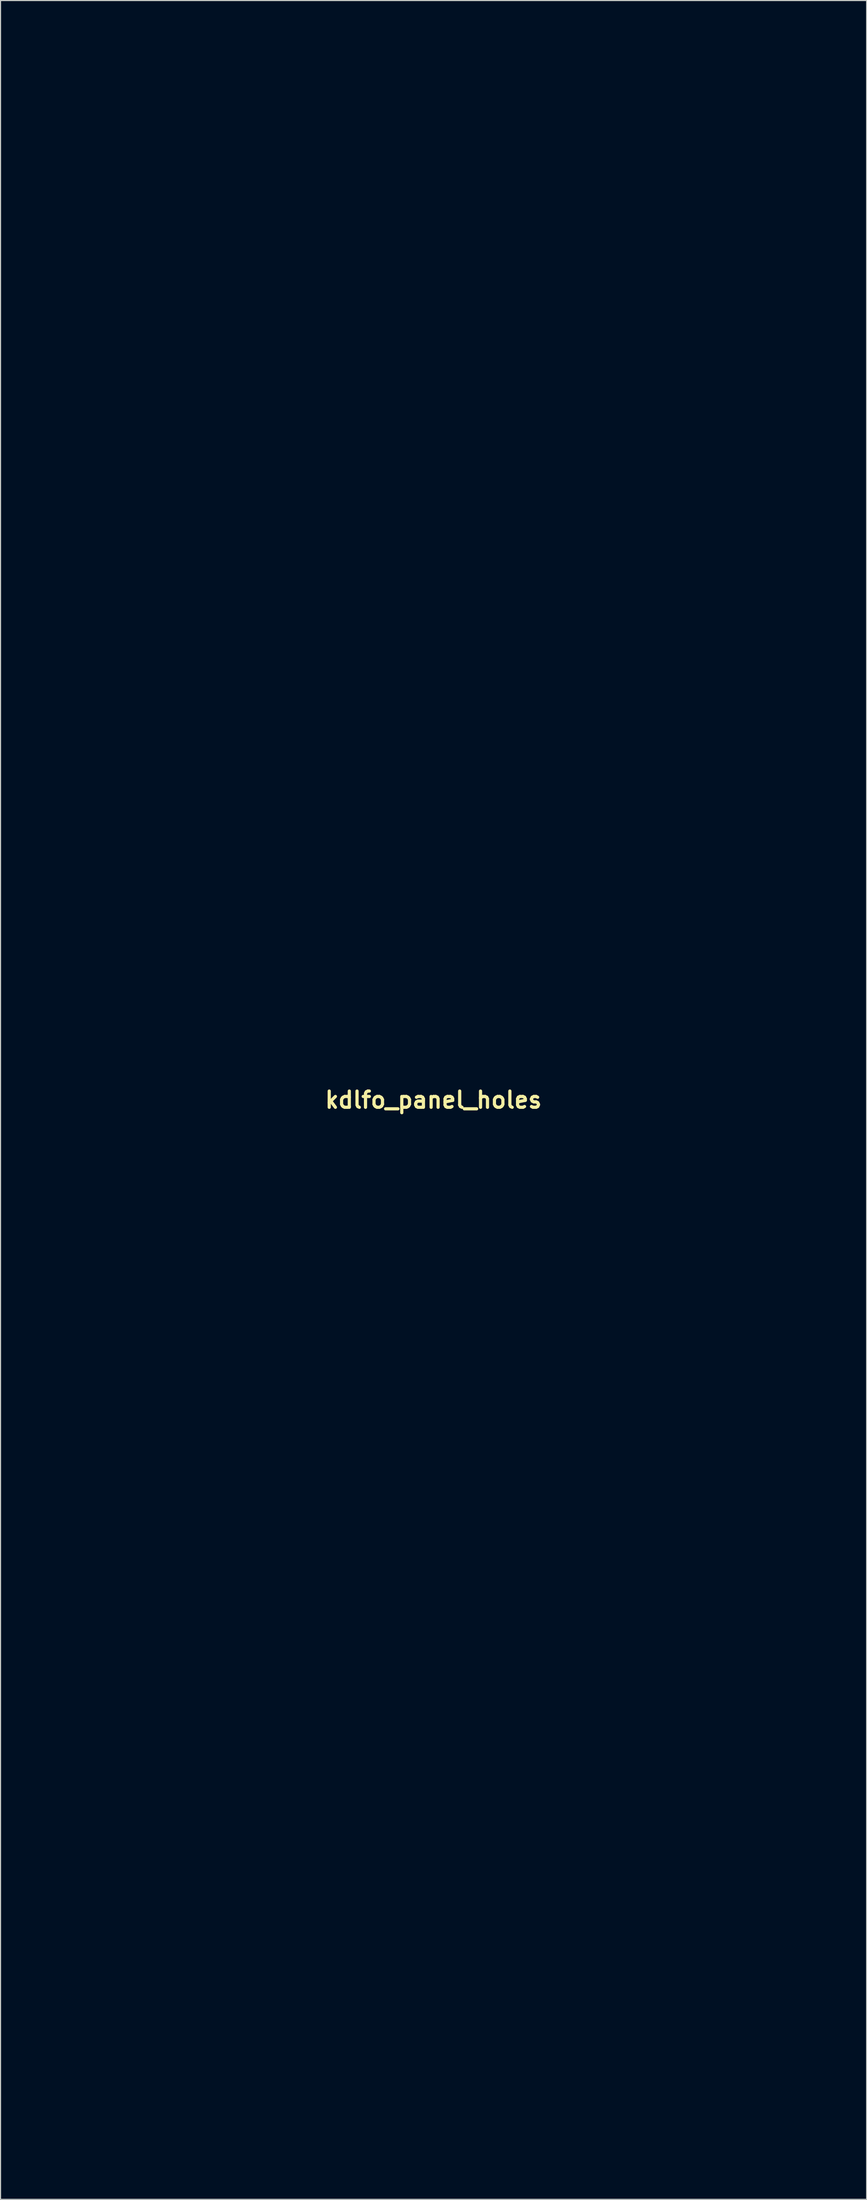
<source format=kicad_pcb>
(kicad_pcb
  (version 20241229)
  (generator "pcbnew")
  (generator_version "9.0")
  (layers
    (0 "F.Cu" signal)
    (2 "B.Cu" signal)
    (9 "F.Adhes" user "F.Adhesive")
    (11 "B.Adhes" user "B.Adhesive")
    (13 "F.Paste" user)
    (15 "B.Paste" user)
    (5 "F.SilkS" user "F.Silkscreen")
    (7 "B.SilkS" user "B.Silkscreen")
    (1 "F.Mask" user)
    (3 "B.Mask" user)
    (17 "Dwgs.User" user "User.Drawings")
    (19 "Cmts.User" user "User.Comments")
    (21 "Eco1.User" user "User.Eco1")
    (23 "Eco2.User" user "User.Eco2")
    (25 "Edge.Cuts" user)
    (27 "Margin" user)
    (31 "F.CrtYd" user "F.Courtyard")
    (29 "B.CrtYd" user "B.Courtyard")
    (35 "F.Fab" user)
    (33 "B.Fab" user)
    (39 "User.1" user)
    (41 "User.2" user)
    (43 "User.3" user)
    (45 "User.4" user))
  (footprint "kdlfo_panel_holes"
    (layer "F.Cu")
    (at 37.699 100.247)
    (property "Reference" "kdlfo_panel_holes" (at 0 0 0) (layer "F.SilkS") (effects (font (size 1.524 1.524) (thickness 0.3))))
    (attr board_only exclude_from_pos_files exclude_from_bom)
    (fp_poly (pts (xy 37.674 100.197) (xy -37.649 100.197) (xy -37.649 99.922) (xy -37.374 99.922) (xy 37.399 99.922) (xy 37.399 -99.922) (xy -37.374 -99.922) (xy -37.374 99.922) (xy -37.649 99.922) (xy -37.649 -100.197) (xy 37.674 -100.197)) (stroke (width 0.1) (type solid)) (fill no) (layer "Eco1.User"))
    (fp_poly (pts (xy -18.54 -17.473) (xy -18.208 -17.423) (xy -17.894 -17.332) (xy -17.599 -17.202) (xy -17.325 -17.036) (xy -17.077 -16.837) (xy -16.855 -16.61) (xy -16.664 -16.357) (xy -16.505 -16.081) (xy -16.382 -15.786) (xy -16.296 -15.475) (xy -16.251 -15.151) (xy -16.248 -14.818) (xy -16.292 -14.479) (xy -16.334 -14.299) (xy -16.421 -14.049) (xy -16.546 -13.794) (xy -16.699 -13.546) (xy -16.873 -13.318) (xy -17.059 -13.124) (xy -17.12 -13.071) (xy -17.37 -12.888) (xy -17.644 -12.732) (xy -17.929 -12.609) (xy -18.214 -12.525) (xy -18.336 -12.501) (xy -18.47 -12.486) (xy -18.632 -12.479) (xy -18.807 -12.478) (xy -18.978 -12.484) (xy -19.129 -12.497) (xy -19.235 -12.513) (xy -19.583 -12.613) (xy -19.908 -12.753) (xy -20.205 -12.933) (xy -20.471 -13.149) (xy -20.704 -13.4) (xy -20.816 -13.552) (xy -20.994 -13.856) (xy -21.126 -14.172) (xy -21.213 -14.495) (xy -21.255 -14.822) (xy -21.255 -14.879) (xy -19.739 -14.879) (xy -18.887 -14.879) (xy -18.887 -13.978) (xy -18.637 -13.978) (xy -18.637 -14.879) (xy -17.76 -14.879) (xy -17.76 -15.129) (xy -18.192 -15.135) (xy -18.624 -15.142) (xy -18.638 -15.984) (xy -18.756 -15.977) (xy -18.875 -15.969) (xy -18.888 -15.13) (xy -19.739 -15.13) (xy -19.739 -14.879) (xy -21.255 -14.879) (xy -21.254 -15.148) (xy -21.212 -15.469) (xy -21.128 -15.781) (xy -21.004 -16.08) (xy -20.841 -16.361) (xy -20.641 -16.622) (xy -20.404 -16.858) (xy -20.131 -17.064) (xy -19.852 -17.223) (xy -19.579 -17.34) (xy -19.313 -17.419) (xy -19.032 -17.465) (xy -18.885 -17.476)) (stroke (width 0.1) (type solid)) (fill no) (layer "Eco1.User"))
    (fp_poly (pts (xy -18.527 -80.04) (xy -18.326 -80.02) (xy -18.154 -79.989) (xy -18.148 -79.987) (xy -17.988 -79.938) (xy -17.808 -79.868) (xy -17.624 -79.785) (xy -17.455 -79.696) (xy -17.315 -79.61) (xy -17.297 -79.597) (xy -17.084 -79.42) (xy -16.88 -79.209) (xy -16.697 -78.975) (xy -16.543 -78.732) (xy -16.446 -78.536) (xy -16.329 -78.196) (xy -16.261 -77.852) (xy -16.243 -77.506) (xy -16.274 -77.161) (xy -16.354 -76.821) (xy -16.483 -76.488) (xy -16.508 -76.438) (xy -16.684 -76.136) (xy -16.898 -75.864) (xy -17.146 -75.626) (xy -17.425 -75.424) (xy -17.73 -75.262) (xy -18.057 -75.142) (xy -18.248 -75.095) (xy -18.413 -75.07) (xy -18.607 -75.055) (xy -18.811 -75.051) (xy -19.006 -75.057) (xy -19.173 -75.074) (xy -19.184 -75.076) (xy -19.268 -75.094) (xy -19.381 -75.124) (xy -19.502 -75.16) (xy -19.553 -75.176) (xy -19.872 -75.307) (xy -20.164 -75.478) (xy -20.426 -75.684) (xy -20.657 -75.922) (xy -20.855 -76.186) (xy -21.015 -76.474) (xy -21.138 -76.782) (xy -21.219 -77.104) (xy -21.257 -77.438) (xy -21.257 -77.452) (xy -19.739 -77.452) (xy -18.887 -77.452) (xy -18.887 -76.551) (xy -18.637 -76.551) (xy -18.637 -77.452) (xy -17.76 -77.452) (xy -17.76 -77.702) (xy -18.192 -77.709) (xy -18.624 -77.715) (xy -18.631 -78.136) (xy -18.638 -78.557) (xy -18.756 -78.55) (xy -18.875 -78.542) (xy -18.888 -77.703) (xy -19.739 -77.703) (xy -19.739 -77.452) (xy -21.257 -77.452) (xy -21.25 -77.778) (xy -21.205 -78.074) (xy -21.109 -78.409) (xy -20.969 -78.723) (xy -20.789 -79.012) (xy -20.571 -79.273) (xy -20.319 -79.504) (xy -20.036 -79.7) (xy -19.725 -79.859) (xy -19.389 -79.978) (xy -19.313 -79.998) (xy -19.15 -80.027) (xy -18.955 -80.044) (xy -18.742 -80.048)) (stroke (width 0.1) (type solid)) (fill no) (layer "Eco1.User"))
    (fp_poly (pts (xy 33.464 -98.669) (xy 33.742 -98.669) (xy 33.978 -98.668) (xy 34.176 -98.667) (xy 34.34 -98.666) (xy 34.475 -98.663) (xy 34.584 -98.66) (xy 34.671 -98.656) (xy 34.741 -98.652) (xy 34.798 -98.645) (xy 34.846 -98.638) (xy 34.888 -98.63) (xy 34.929 -98.62) (xy 35.193 -98.527) (xy 35.433 -98.393) (xy 35.647 -98.221) (xy 35.828 -98.017) (xy 35.973 -97.783) (xy 36.077 -97.526) (xy 36.11 -97.402) (xy 36.143 -97.142) (xy 36.131 -96.874) (xy 36.076 -96.609) (xy 35.979 -96.356) (xy 35.894 -96.202) (xy 35.739 -96) (xy 35.549 -95.821) (xy 35.332 -95.671) (xy 35.099 -95.558) (xy 34.919 -95.502) (xy 34.857 -95.494) (xy 34.751 -95.486) (xy 34.606 -95.48) (xy 34.428 -95.474) (xy 34.221 -95.47) (xy 33.991 -95.466) (xy 33.743 -95.463) (xy 33.483 -95.462) (xy 33.216 -95.461) (xy 32.947 -95.461) (xy 32.682 -95.462) (xy 32.426 -95.464) (xy 32.183 -95.467) (xy 31.961 -95.471) (xy 31.763 -95.476) (xy 31.596 -95.482) (xy 31.465 -95.488) (xy 31.374 -95.496) (xy 31.337 -95.502) (xy 31.103 -95.584) (xy 30.886 -95.707) (xy 30.677 -95.873) (xy 30.609 -95.938) (xy 30.424 -96.15) (xy 30.287 -96.371) (xy 30.195 -96.606) (xy 30.146 -96.862) (xy 30.135 -97.066) (xy 30.156 -97.347) (xy 30.221 -97.604) (xy 30.332 -97.842) (xy 30.488 -98.063) (xy 30.597 -98.181) (xy 30.796 -98.357) (xy 31.003 -98.489) (xy 31.229 -98.584) (xy 31.352 -98.62) (xy 31.393 -98.63) (xy 31.436 -98.638) (xy 31.484 -98.646) (xy 31.541 -98.652) (xy 31.611 -98.657) (xy 31.699 -98.66) (xy 31.809 -98.663) (xy 31.945 -98.666) (xy 32.11 -98.667) (xy 32.309 -98.668) (xy 32.546 -98.669) (xy 32.825 -98.669) (xy 33.14 -98.669)) (stroke (width 0.1) (type solid)) (fill no) (layer "Eco1.User"))
    (fp_poly (pts (xy 19.222 -61.017) (xy 19.61 -60.946) (xy 19.991 -60.83) (xy 20.361 -60.669) (xy 20.503 -60.592) (xy 20.844 -60.369) (xy 21.157 -60.109) (xy 21.439 -59.816) (xy 21.686 -59.495) (xy 21.894 -59.15) (xy 22.059 -58.788) (xy 22.103 -58.663) (xy 22.179 -58.409) (xy 22.232 -58.165) (xy 22.263 -57.914) (xy 22.276 -57.638) (xy 22.277 -57.538) (xy 22.276 -57.357) (xy 22.27 -57.212) (xy 22.259 -57.088) (xy 22.243 -56.971) (xy 22.221 -56.862) (xy 22.119 -56.468) (xy 21.984 -56.109) (xy 21.814 -55.777) (xy 21.604 -55.466) (xy 21.35 -55.167) (xy 21.244 -55.058) (xy 20.964 -54.803) (xy 20.679 -54.591) (xy 20.379 -54.416) (xy 20.052 -54.27) (xy 19.914 -54.22) (xy 19.57 -54.123) (xy 19.203 -54.06) (xy 18.829 -54.033) (xy 18.463 -54.043) (xy 18.236 -54.07) (xy 17.839 -54.157) (xy 17.452 -54.291) (xy 17.084 -54.467) (xy 16.851 -54.608) (xy 16.515 -54.86) (xy 16.213 -55.146) (xy 15.949 -55.464) (xy 15.725 -55.809) (xy 15.543 -56.18) (xy 15.443 -56.447) (xy 15.351 -56.781) (xy 15.296 -57.117) (xy 15.278 -57.413) (xy 16.282 -57.413) (xy 18.662 -57.413) (xy 18.662 -55.033) (xy 18.912 -55.033) (xy 18.912 -57.413) (xy 21.267 -57.413) (xy 21.267 -57.664) (xy 18.913 -57.664) (xy 18.906 -58.847) (xy 18.9 -60.031) (xy 18.662 -60.046) (xy 18.662 -57.664) (xy 16.282 -57.664) (xy 16.282 -57.413) (xy 15.278 -57.413) (xy 15.275 -57.473) (xy 15.274 -57.538) (xy 15.298 -57.962) (xy 15.368 -58.368) (xy 15.486 -58.758) (xy 15.651 -59.132) (xy 15.863 -59.489) (xy 16.056 -59.751) (xy 16.329 -60.051) (xy 16.631 -60.314) (xy 16.959 -60.537) (xy 17.307 -60.721) (xy 17.672 -60.864) (xy 18.051 -60.966) (xy 18.438 -61.026) (xy 18.829 -61.043)) (stroke (width 0.1) (type solid)) (fill no) (layer "Eco1.User"))
    (fp_poly (pts (xy 33.321 95.459) (xy 33.587 95.46) (xy 33.844 95.462) (xy 34.086 95.465) (xy 34.309 95.47) (xy 34.507 95.475) (xy 34.674 95.481) (xy 34.805 95.488) (xy 34.894 95.496) (xy 34.928 95.502) (xy 35.187 95.594) (xy 35.426 95.728) (xy 35.64 95.9) (xy 35.822 96.106) (xy 35.969 96.34) (xy 36.062 96.558) (xy 36.127 96.824) (xy 36.145 97.09) (xy 36.118 97.351) (xy 36.05 97.602) (xy 35.942 97.838) (xy 35.798 98.054) (xy 35.62 98.246) (xy 35.411 98.408) (xy 35.174 98.536) (xy 34.929 98.62) (xy 34.887 98.63) (xy 34.845 98.638) (xy 34.798 98.646) (xy 34.741 98.652) (xy 34.671 98.656) (xy 34.584 98.66) (xy 34.475 98.663) (xy 34.341 98.665) (xy 34.177 98.667) (xy 33.98 98.668) (xy 33.745 98.668) (xy 33.468 98.668) (xy 33.146 98.668) (xy 33.13 98.668) (xy 32.805 98.667) (xy 32.525 98.667) (xy 32.288 98.666) (xy 32.088 98.665) (xy 31.923 98.663) (xy 31.787 98.661) (xy 31.678 98.658) (xy 31.59 98.654) (xy 31.519 98.649) (xy 31.463 98.643) (xy 31.416 98.635) (xy 31.375 98.627) (xy 31.342 98.619) (xy 31.079 98.525) (xy 30.839 98.39) (xy 30.626 98.218) (xy 30.446 98.014) (xy 30.301 97.783) (xy 30.198 97.528) (xy 30.171 97.429) (xy 30.146 97.27) (xy 30.137 97.085) (xy 30.143 96.896) (xy 30.166 96.725) (xy 30.173 96.691) (xy 30.243 96.466) (xy 30.344 96.264) (xy 30.483 96.072) (xy 30.608 95.938) (xy 30.804 95.763) (xy 31.005 95.632) (xy 31.221 95.538) (xy 31.348 95.501) (xy 31.409 95.492) (xy 31.514 95.484) (xy 31.659 95.478) (xy 31.837 95.472) (xy 32.045 95.467) (xy 32.275 95.463) (xy 32.523 95.461) (xy 32.784 95.459) (xy 33.052 95.458)) (stroke (width 0.1) (type solid)) (fill no) (layer "Eco1.User"))
    (fp_poly (pts (xy -18.365 1.237) (xy -17.975 1.302) (xy -17.598 1.411) (xy -17.236 1.56) (xy -16.894 1.748) (xy -16.575 1.973) (xy -16.282 2.233) (xy -16.017 2.527) (xy -15.786 2.852) (xy -15.59 3.207) (xy -15.433 3.589) (xy -15.409 3.661) (xy -15.33 3.95) (xy -15.279 4.235) (xy -15.254 4.535) (xy -15.25 4.722) (xy -15.26 5.027) (xy -15.293 5.307) (xy -15.352 5.583) (xy -15.419 5.811) (xy -15.569 6.195) (xy -15.761 6.555) (xy -15.992 6.887) (xy -16.259 7.19) (xy -16.558 7.459) (xy -16.886 7.693) (xy -17.241 7.889) (xy -17.619 8.043) (xy -18.017 8.153) (xy -18.087 8.168) (xy -18.222 8.189) (xy -18.384 8.207) (xy -18.559 8.221) (xy -18.731 8.229) (xy -18.886 8.232) (xy -19.009 8.228) (xy -19.025 8.226) (xy -19.242 8.197) (xy -19.477 8.152) (xy -19.705 8.097) (xy -19.854 8.053) (xy -20.233 7.904) (xy -20.589 7.712) (xy -20.918 7.481) (xy -21.219 7.215) (xy -21.487 6.916) (xy -21.721 6.588) (xy -21.917 6.234) (xy -22.072 5.858) (xy -22.184 5.464) (xy -22.21 5.336) (xy -22.235 5.146) (xy -22.249 4.925) (xy -22.25 4.86) (xy -21.242 4.86) (xy -18.887 4.86) (xy -18.887 7.214) (xy -18.637 7.214) (xy -18.637 4.86) (xy -16.257 4.86) (xy -16.257 4.61) (xy -18.624 4.597) (xy -18.631 3.413) (xy -18.637 2.229) (xy -18.887 2.229) (xy -18.887 4.609) (xy -21.242 4.609) (xy -21.242 4.86) (xy -22.25 4.86) (xy -22.253 4.689) (xy -22.246 4.455) (xy -22.229 4.241) (xy -22.21 4.108) (xy -22.112 3.705) (xy -21.97 3.322) (xy -21.786 2.961) (xy -21.564 2.626) (xy -21.306 2.319) (xy -21.016 2.043) (xy -20.695 1.802) (xy -20.346 1.598) (xy -19.974 1.434) (xy -19.579 1.314) (xy -19.578 1.314) (xy -19.169 1.241) (xy -18.764 1.215)) (stroke (width 0.1) (type solid)) (fill no) (layer "Eco1.User"))
    (fp_poly (pts (xy 18.99 1.509) (xy 19.191 1.521) (xy 19.361 1.542) (xy 19.365 1.543) (xy 19.766 1.635) (xy 20.147 1.771) (xy 20.507 1.949) (xy 20.842 2.167) (xy 21.149 2.421) (xy 21.426 2.708) (xy 21.671 3.026) (xy 21.879 3.373) (xy 22.049 3.744) (xy 22.177 4.139) (xy 22.233 4.384) (xy 22.261 4.587) (xy 22.277 4.821) (xy 22.279 5.069) (xy 22.269 5.314) (xy 22.246 5.54) (xy 22.222 5.678) (xy 22.111 6.092) (xy 21.957 6.481) (xy 21.762 6.845) (xy 21.528 7.18) (xy 21.257 7.485) (xy 20.95 7.755) (xy 20.61 7.991) (xy 20.374 8.122) (xy 20.136 8.235) (xy 19.915 8.322) (xy 19.688 8.39) (xy 19.463 8.442) (xy 19.283 8.471) (xy 19.074 8.492) (xy 18.856 8.505) (xy 18.644 8.508) (xy 18.456 8.5) (xy 18.376 8.492) (xy 17.965 8.416) (xy 17.573 8.296) (xy 17.202 8.135) (xy 16.856 7.935) (xy 16.537 7.7) (xy 16.247 7.431) (xy 15.99 7.132) (xy 15.768 6.805) (xy 15.583 6.454) (xy 15.439 6.08) (xy 15.337 5.687) (xy 15.282 5.291) (xy 15.279 5.135) (xy 16.282 5.135) (xy 18.662 5.135) (xy 18.662 7.49) (xy 18.912 7.49) (xy 18.912 5.135) (xy 21.267 5.135) (xy 21.267 4.885) (xy 18.912 4.885) (xy 18.912 2.505) (xy 18.662 2.505) (xy 18.656 3.689) (xy 18.649 4.872) (xy 17.466 4.879) (xy 16.282 4.885) (xy 16.282 5.135) (xy 15.279 5.135) (xy 15.273 4.869) (xy 15.312 4.457) (xy 15.4 4.054) (xy 15.538 3.66) (xy 15.649 3.419) (xy 15.836 3.097) (xy 16.064 2.786) (xy 16.326 2.499) (xy 16.612 2.243) (xy 16.681 2.189) (xy 16.96 2.004) (xy 17.274 1.839) (xy 17.609 1.701) (xy 17.952 1.595) (xy 18.208 1.54) (xy 18.369 1.519) (xy 18.564 1.508) (xy 18.776 1.504)) (stroke (width 0.1) (type solid)) (fill no) (layer "Eco1.User"))
    (fp_poly (pts (xy -32.791 -98.669) (xy -32.514 -98.669) (xy -32.278 -98.668) (xy -32.08 -98.667) (xy -31.915 -98.666) (xy -31.781 -98.663) (xy -31.672 -98.66) (xy -31.584 -98.656) (xy -31.514 -98.652) (xy -31.457 -98.645) (xy -31.41 -98.638) (xy -31.367 -98.63) (xy -31.327 -98.62) (xy -31.059 -98.527) (xy -30.818 -98.394) (xy -30.606 -98.226) (xy -30.428 -98.027) (xy -30.286 -97.801) (xy -30.184 -97.551) (xy -30.124 -97.283) (xy -30.11 -97.066) (xy -30.131 -96.787) (xy -30.195 -96.531) (xy -30.303 -96.295) (xy -30.458 -96.074) (xy -30.572 -95.949) (xy -30.76 -95.779) (xy -30.949 -95.652) (xy -31.151 -95.558) (xy -31.286 -95.515) (xy -31.325 -95.504) (xy -31.364 -95.496) (xy -31.407 -95.488) (xy -31.458 -95.482) (xy -31.521 -95.477) (xy -31.601 -95.473) (xy -31.7 -95.47) (xy -31.823 -95.467) (xy -31.975 -95.466) (xy -32.158 -95.465) (xy -32.378 -95.464) (xy -32.637 -95.464) (xy -32.94 -95.465) (xy -33.127 -95.465) (xy -33.459 -95.465) (xy -33.744 -95.466) (xy -33.987 -95.467) (xy -34.191 -95.468) (xy -34.361 -95.47) (xy -34.501 -95.472) (xy -34.613 -95.475) (xy -34.703 -95.479) (xy -34.774 -95.484) (xy -34.83 -95.49) (xy -34.875 -95.497) (xy -34.912 -95.505) (xy -34.938 -95.512) (xy -35.163 -95.592) (xy -35.361 -95.7) (xy -35.548 -95.845) (xy -35.634 -95.926) (xy -35.819 -96.138) (xy -35.957 -96.358) (xy -36.051 -96.594) (xy -36.103 -96.852) (xy -36.114 -96.968) (xy -36.106 -97.248) (xy -36.053 -97.516) (xy -35.956 -97.766) (xy -35.82 -97.996) (xy -35.648 -98.199) (xy -35.442 -98.372) (xy -35.207 -98.51) (xy -34.945 -98.609) (xy -34.903 -98.62) (xy -34.862 -98.63) (xy -34.82 -98.638) (xy -34.772 -98.646) (xy -34.715 -98.652) (xy -34.644 -98.657) (xy -34.556 -98.66) (xy -34.446 -98.663) (xy -34.311 -98.666) (xy -34.146 -98.667) (xy -33.947 -98.668) (xy -33.71 -98.669) (xy -33.431 -98.669) (xy -33.115 -98.669)) (stroke (width 0.1) (type solid)) (fill no) (layer "Eco1.User"))
    (fp_poly (pts (xy 25.69 70.085) (xy 26.154 70.169) (xy 26.61 70.296) (xy 27.053 70.466) (xy 27.479 70.678) (xy 27.887 70.933) (xy 28.271 71.229) (xy 28.537 71.472) (xy 28.881 71.846) (xy 29.182 72.245) (xy 29.439 72.668) (xy 29.653 73.115) (xy 29.821 73.583) (xy 29.945 74.073) (xy 29.997 74.376) (xy 30.016 74.563) (xy 30.028 74.783) (xy 30.032 75.022) (xy 30.029 75.264) (xy 30.018 75.493) (xy 30 75.694) (xy 29.995 75.729) (xy 29.904 76.216) (xy 29.766 76.686) (xy 29.585 77.138) (xy 29.361 77.567) (xy 29.098 77.972) (xy 28.797 78.35) (xy 28.461 78.698) (xy 28.091 79.013) (xy 27.689 79.293) (xy 27.259 79.534) (xy 26.928 79.685) (xy 26.519 79.83) (xy 26.084 79.941) (xy 25.635 80.016) (xy 25.184 80.054) (xy 24.742 80.052) (xy 24.473 80.029) (xy 23.989 79.949) (xy 23.517 79.822) (xy 23.063 79.652) (xy 22.628 79.439) (xy 22.216 79.186) (xy 21.831 78.897) (xy 21.474 78.572) (xy 21.15 78.214) (xy 20.861 77.826) (xy 20.612 77.41) (xy 20.499 77.186) (xy 20.311 76.726) (xy 20.17 76.259) (xy 20.077 75.787) (xy 20.029 75.314) (xy 20.029 75.173) (xy 22.544 75.173) (xy 24.899 75.173) (xy 24.899 77.553) (xy 25.15 77.553) (xy 25.15 75.173) (xy 27.529 75.173) (xy 27.529 74.922) (xy 25.15 74.922) (xy 25.15 72.54) (xy 25.031 72.548) (xy 24.912 72.555) (xy 24.905 73.739) (xy 24.899 74.922) (xy 22.544 74.922) (xy 22.544 75.173) (xy 20.029 75.173) (xy 20.027 74.841) (xy 20.069 74.373) (xy 20.154 73.913) (xy 20.282 73.463) (xy 20.451 73.026) (xy 20.66 72.606) (xy 20.909 72.206) (xy 21.197 71.829) (xy 21.523 71.477) (xy 21.885 71.154) (xy 22.283 70.862) (xy 22.472 70.743) (xy 22.904 70.513) (xy 23.351 70.328) (xy 23.809 70.19) (xy 24.276 70.096) (xy 24.747 70.048) (xy 25.219 70.044)) (stroke (width 0.1) (type solid)) (fill no) (layer "Eco1.User"))
    (fp_poly (pts (xy -32.77 95.463) (xy -32.475 95.463) (xy -32.222 95.464) (xy -32.007 95.466) (xy -31.826 95.468) (xy -31.675 95.473) (xy -31.549 95.479) (xy -31.445 95.487) (xy -31.358 95.498) (xy -31.285 95.512) (xy -31.222 95.528) (xy -31.164 95.549) (xy -31.107 95.573) (xy -31.047 95.601) (xy -30.986 95.63) (xy -30.82 95.731) (xy -30.653 95.867) (xy -30.497 96.026) (xy -30.364 96.195) (xy -30.279 96.34) (xy -30.175 96.605) (xy -30.118 96.876) (xy -30.109 97.147) (xy -30.145 97.414) (xy -30.225 97.67) (xy -30.35 97.911) (xy -30.517 98.131) (xy -30.637 98.251) (xy -30.851 98.413) (xy -31.094 98.541) (xy -31.327 98.62) (xy -31.368 98.63) (xy -31.41 98.638) (xy -31.458 98.646) (xy -31.514 98.652) (xy -31.584 98.656) (xy -31.671 98.66) (xy -31.78 98.663) (xy -31.914 98.665) (xy -32.078 98.667) (xy -32.275 98.668) (xy -32.51 98.668) (xy -32.787 98.668) (xy -33.11 98.668) (xy -33.125 98.668) (xy -33.451 98.667) (xy -33.73 98.667) (xy -33.968 98.666) (xy -34.167 98.665) (xy -34.333 98.663) (xy -34.468 98.661) (xy -34.578 98.658) (xy -34.666 98.654) (xy -34.736 98.649) (xy -34.792 98.643) (xy -34.839 98.635) (xy -34.88 98.627) (xy -34.913 98.619) (xy -35.175 98.525) (xy -35.415 98.389) (xy -35.627 98.216) (xy -35.807 98.01) (xy -35.951 97.777) (xy -36.054 97.519) (xy -36.085 97.401) (xy -36.118 97.144) (xy -36.107 96.878) (xy -36.055 96.615) (xy -35.963 96.366) (xy -35.858 96.178) (xy -35.742 96.03) (xy -35.595 95.883) (xy -35.433 95.751) (xy -35.272 95.648) (xy -35.238 95.631) (xy -35.173 95.599) (xy -35.114 95.571) (xy -35.057 95.547) (xy -34.998 95.527) (xy -34.934 95.511) (xy -34.86 95.497) (xy -34.771 95.487) (xy -34.665 95.479) (xy -34.537 95.473) (xy -34.383 95.468) (xy -34.198 95.465) (xy -33.98 95.464) (xy -33.723 95.463) (xy -33.423 95.463) (xy -33.111 95.463)) (stroke (width 0.1) (type solid)) (fill no) (layer "Eco1.User"))
    (fp_poly (pts (xy -24.578 70.058) (xy -24.106 70.121) (xy -23.64 70.229) (xy -23.182 70.384) (xy -22.736 70.584) (xy -22.399 70.772) (xy -21.988 71.052) (xy -21.609 71.369) (xy -21.265 71.72) (xy -20.957 72.103) (xy -20.688 72.514) (xy -20.46 72.95) (xy -20.275 73.409) (xy -20.254 73.474) (xy -20.119 73.961) (xy -20.034 74.451) (xy -19.998 74.944) (xy -20.012 75.435) (xy -20.074 75.922) (xy -20.185 76.403) (xy -20.344 76.875) (xy -20.516 77.265) (xy -20.755 77.695) (xy -21.031 78.095) (xy -21.343 78.462) (xy -21.686 78.796) (xy -22.058 79.095) (xy -22.455 79.356) (xy -22.876 79.579) (xy -23.316 79.761) (xy -23.772 79.902) (xy -24.242 79.998) (xy -24.723 80.05) (xy -25.211 80.055) (xy -25.653 80.018) (xy -26.041 79.949) (xy -26.441 79.844) (xy -26.837 79.707) (xy -27.214 79.544) (xy -27.482 79.404) (xy -27.906 79.132) (xy -28.297 78.825) (xy -28.652 78.484) (xy -28.97 78.111) (xy -29.25 77.708) (xy -29.491 77.276) (xy -29.69 76.818) (xy -29.848 76.336) (xy -29.962 75.832) (xy -29.963 75.824) (xy -29.976 75.722) (xy -29.985 75.581) (xy -29.992 75.41) (xy -29.996 75.22) (xy -29.996 75.173) (xy -27.504 75.173) (xy -25.124 75.173) (xy -25.124 77.553) (xy -24.874 77.553) (xy -24.874 75.173) (xy -22.519 75.173) (xy -22.519 74.922) (xy -24.873 74.922) (xy -24.88 73.739) (xy -24.886 72.555) (xy -25.005 72.548) (xy -25.124 72.54) (xy -25.124 74.922) (xy -27.504 74.922) (xy -27.504 75.173) (xy -29.996 75.173) (xy -29.997 75.021) (xy -29.995 74.823) (xy -29.99 74.637) (xy -29.983 74.473) (xy -29.973 74.342) (xy -29.963 74.271) (xy -29.848 73.76) (xy -29.69 73.274) (xy -29.49 72.815) (xy -29.247 72.382) (xy -28.962 71.976) (xy -28.635 71.597) (xy -28.511 71.471) (xy -28.141 71.143) (xy -27.747 70.856) (xy -27.332 70.612) (xy -26.898 70.411) (xy -26.45 70.253) (xy -25.991 70.138) (xy -25.523 70.067) (xy -25.051 70.04)) (stroke (width 0.1) (type solid)) (fill no) (layer "Eco1.User"))
    (fp_poly (pts (xy 25.644 45.062) (xy 26.125 45.146) (xy 26.6 45.277) (xy 27.064 45.456) (xy 27.241 45.538) (xy 27.638 45.755) (xy 28.008 46.004) (xy 28.358 46.292) (xy 28.644 46.57) (xy 28.976 46.95) (xy 29.263 47.351) (xy 29.506 47.776) (xy 29.705 48.224) (xy 29.846 48.646) (xy 29.908 48.875) (xy 29.954 49.085) (xy 29.987 49.291) (xy 30.01 49.508) (xy 30.023 49.752) (xy 30.027 49.878) (xy 30.025 50.318) (xy 29.992 50.728) (xy 29.926 51.118) (xy 29.825 51.497) (xy 29.687 51.878) (xy 29.536 52.215) (xy 29.295 52.657) (xy 29.015 53.067) (xy 28.699 53.445) (xy 28.347 53.788) (xy 27.963 54.095) (xy 27.546 54.363) (xy 27.284 54.505) (xy 26.881 54.687) (xy 26.482 54.829) (xy 26.071 54.934) (xy 25.722 54.995) (xy 25.559 55.012) (xy 25.359 55.024) (xy 25.138 55.03) (xy 24.91 55.029) (xy 24.689 55.023) (xy 24.489 55.011) (xy 24.324 54.994) (xy 24.323 54.993) (xy 23.839 54.898) (xy 23.37 54.757) (xy 22.919 54.572) (xy 22.489 54.345) (xy 22.083 54.079) (xy 21.706 53.775) (xy 21.358 53.436) (xy 21.045 53.065) (xy 20.769 52.662) (xy 20.618 52.4) (xy 20.429 52.009) (xy 20.279 51.619) (xy 20.163 51.213) (xy 20.114 50.994) (xy 20.042 50.511) (xy 20.025 50.149) (xy 22.544 50.149) (xy 24.899 50.149) (xy 24.899 52.528) (xy 25.149 52.528) (xy 25.156 51.345) (xy 25.162 50.161) (xy 26.346 50.155) (xy 27.529 50.148) (xy 27.529 49.898) (xy 25.15 49.898) (xy 25.15 47.544) (xy 24.899 47.544) (xy 24.899 49.898) (xy 22.544 49.898) (xy 22.544 50.149) (xy 20.025 50.149) (xy 20.019 50.029) (xy 20.043 49.551) (xy 20.112 49.081) (xy 20.225 48.622) (xy 20.381 48.176) (xy 20.578 47.747) (xy 20.814 47.337) (xy 21.088 46.951) (xy 21.399 46.59) (xy 21.745 46.258) (xy 22.124 45.957) (xy 22.535 45.692) (xy 22.796 45.552) (xy 23.249 45.352) (xy 23.715 45.199) (xy 24.191 45.094) (xy 24.673 45.036) (xy 25.159 45.025)) (stroke (width 0.1) (type solid)) (fill no) (layer "Eco1.User"))
    (fp_poly (pts (xy -24.667 45.035) (xy -24.188 45.09) (xy -23.718 45.19) (xy -23.26 45.336) (xy -22.817 45.526) (xy -22.392 45.76) (xy -21.988 46.037) (xy -21.608 46.356) (xy -21.467 46.491) (xy -21.135 46.857) (xy -20.846 47.246) (xy -20.599 47.655) (xy -20.394 48.081) (xy -20.232 48.52) (xy -20.112 48.97) (xy -20.034 49.428) (xy -19.999 49.889) (xy -20.007 50.351) (xy -20.058 50.811) (xy -20.151 51.266) (xy -20.286 51.712) (xy -20.465 52.146) (xy -20.686 52.564) (xy -20.95 52.965) (xy -21.257 53.344) (xy -21.379 53.476) (xy -21.685 53.774) (xy -21.992 54.031) (xy -22.311 54.255) (xy -22.652 54.453) (xy -22.805 54.531) (xy -23.215 54.711) (xy -23.63 54.85) (xy -24.063 54.952) (xy -24.328 54.996) (xy -24.487 55.012) (xy -24.682 55.024) (xy -24.898 55.029) (xy -25.121 55.029) (xy -25.338 55.024) (xy -25.535 55.012) (xy -25.698 54.996) (xy -25.726 54.992) (xy -26.22 54.892) (xy -26.696 54.747) (xy -27.15 54.558) (xy -27.581 54.328) (xy -27.985 54.059) (xy -28.36 53.752) (xy -28.705 53.41) (xy -29.016 53.034) (xy -29.291 52.627) (xy -29.528 52.19) (xy -29.709 51.764) (xy -29.818 51.432) (xy -29.908 51.067) (xy -29.973 50.701) (xy -29.991 50.528) (xy -30.002 50.321) (xy -30.005 50.148) (xy -27.504 50.148) (xy -26.321 50.155) (xy -25.137 50.161) (xy -25.13 51.345) (xy -25.124 52.528) (xy -24.874 52.528) (xy -24.874 50.149) (xy -22.519 50.149) (xy -22.519 49.898) (xy -24.874 49.898) (xy -24.874 47.544) (xy -25.124 47.544) (xy -25.124 49.898) (xy -27.504 49.898) (xy -27.504 50.148) (xy -30.005 50.148) (xy -30.006 50.091) (xy -30.003 49.853) (xy -29.993 49.619) (xy -29.977 49.405) (xy -29.955 49.222) (xy -29.947 49.172) (xy -29.834 48.687) (xy -29.676 48.22) (xy -29.476 47.775) (xy -29.236 47.353) (xy -28.958 46.958) (xy -28.645 46.593) (xy -28.298 46.259) (xy -27.92 45.959) (xy -27.514 45.697) (xy -27.081 45.474) (xy -26.623 45.294) (xy -26.608 45.289) (xy -26.125 45.153) (xy -25.639 45.066) (xy -25.152 45.027)) (stroke (width 0.1) (type solid)) (fill no) (layer "Eco1.User"))
    (fp_poly (pts (xy 0.248 45.032) (xy 0.503 45.046) (xy 0.726 45.071) (xy 0.739 45.073) (xy 1.236 45.176) (xy 1.714 45.324) (xy 2.17 45.514) (xy 2.601 45.746) (xy 3.006 46.017) (xy 3.381 46.325) (xy 3.725 46.67) (xy 4.036 47.049) (xy 4.309 47.46) (xy 4.511 47.832) (xy 4.705 48.284) (xy 4.853 48.749) (xy 4.954 49.224) (xy 5.008 49.705) (xy 5.017 50.187) (xy 4.98 50.668) (xy 4.897 51.143) (xy 4.769 51.608) (xy 4.595 52.061) (xy 4.375 52.496) (xy 4.3 52.624) (xy 4.157 52.847) (xy 4.01 53.05) (xy 3.85 53.246) (xy 3.665 53.448) (xy 3.522 53.593) (xy 3.148 53.93) (xy 2.748 54.224) (xy 2.324 54.475) (xy 1.879 54.682) (xy 1.414 54.843) (xy 0.931 54.958) (xy 0.705 54.994) (xy 0.536 55.012) (xy 0.334 55.023) (xy 0.112 55.029) (xy -0.116 55.029) (xy -0.336 55.024) (xy -0.533 55.012) (xy -0.691 54.995) (xy -1.178 54.899) (xy -1.647 54.758) (xy -2.097 54.574) (xy -2.525 54.348) (xy -2.928 54.084) (xy -3.304 53.783) (xy -3.649 53.448) (xy -3.961 53.081) (xy -4.237 52.685) (xy -4.475 52.26) (xy -4.672 51.811) (xy -4.719 51.679) (xy -4.858 51.204) (xy -4.949 50.722) (xy -4.992 50.236) (xy -4.991 50.148) (xy -2.48 50.148) (xy -1.296 50.155) (xy -0.113 50.161) (xy -0.106 51.345) (xy -0.1 52.528) (xy 0.125 52.528) (xy 0.131 51.345) (xy 0.138 50.161) (xy 1.321 50.155) (xy 2.505 50.148) (xy 2.505 49.898) (xy 0.125 49.898) (xy 0.125 47.544) (xy -0.1 47.544) (xy -0.1 49.898) (xy -2.48 49.898) (xy -2.48 50.148) (xy -4.991 50.148) (xy -4.987 49.751) (xy -4.937 49.27) (xy -4.84 48.796) (xy -4.699 48.333) (xy -4.513 47.885) (xy -4.282 47.455) (xy -4.009 47.046) (xy -3.889 46.891) (xy -3.556 46.518) (xy -3.192 46.183) (xy -2.797 45.886) (xy -2.376 45.631) (xy -1.929 45.417) (xy -1.461 45.246) (xy -0.973 45.121) (xy -0.777 45.084) (xy -0.552 45.055) (xy -0.295 45.037) (xy -0.023 45.029)) (stroke (width 0.1) (type solid)) (fill no) (layer "Eco1.User"))
    (fp_poly (pts (xy -18.456 -61.028) (xy -18.267 -61.014) (xy -18.112 -60.992) (xy -18.086 -60.987) (xy -17.672 -60.874) (xy -17.281 -60.719) (xy -16.915 -60.522) (xy -16.577 -60.286) (xy -16.27 -60.013) (xy -15.996 -59.705) (xy -15.758 -59.365) (xy -15.606 -59.093) (xy -15.451 -58.729) (xy -15.339 -58.345) (xy -15.272 -57.949) (xy -15.248 -57.546) (xy -15.269 -57.142) (xy -15.336 -56.744) (xy -15.418 -56.447) (xy -15.569 -56.063) (xy -15.762 -55.703) (xy -15.994 -55.372) (xy -16.261 -55.07) (xy -16.56 -54.801) (xy -16.889 -54.568) (xy -17.243 -54.373) (xy -17.62 -54.219) (xy -18.017 -54.108) (xy -18.236 -54.068) (xy -18.348 -54.055) (xy -18.49 -54.045) (xy -18.647 -54.038) (xy -18.806 -54.035) (xy -18.955 -54.036) (xy -19.08 -54.04) (xy -19.163 -54.048) (xy -19.532 -54.12) (xy -19.865 -54.213) (xy -20.176 -54.333) (xy -20.475 -54.483) (xy -20.748 -54.65) (xy -20.877 -54.746) (xy -21.024 -54.873) (xy -21.18 -55.021) (xy -21.335 -55.18) (xy -21.478 -55.34) (xy -21.6 -55.491) (xy -21.663 -55.58) (xy -21.873 -55.934) (xy -22.036 -56.292) (xy -22.152 -56.66) (xy -22.223 -57.044) (xy -22.249 -57.413) (xy -21.242 -57.413) (xy -18.887 -57.413) (xy -18.887 -56.24) (xy -18.887 -56.002) (xy -18.886 -55.78) (xy -18.884 -55.578) (xy -18.882 -55.401) (xy -18.88 -55.255) (xy -18.877 -55.145) (xy -18.874 -55.075) (xy -18.87 -55.05) (xy -18.837 -55.04) (xy -18.773 -55.034) (xy -18.745 -55.033) (xy -18.637 -55.033) (xy -18.637 -57.413) (xy -16.257 -57.413) (xy -16.257 -57.664) (xy -18.637 -57.664) (xy -18.637 -60.046) (xy -18.756 -60.038) (xy -18.875 -60.031) (xy -18.881 -58.847) (xy -18.888 -57.664) (xy -21.242 -57.664) (xy -21.242 -57.413) (xy -22.249 -57.413) (xy -22.252 -57.451) (xy -22.253 -57.538) (xy -22.23 -57.964) (xy -22.162 -58.369) (xy -22.048 -58.754) (xy -21.888 -59.119) (xy -21.682 -59.466) (xy -21.429 -59.794) (xy -21.231 -60.007) (xy -20.923 -60.285) (xy -20.599 -60.518) (xy -20.253 -60.708) (xy -19.882 -60.859) (xy -19.479 -60.973) (xy -19.413 -60.987) (xy -19.266 -61.01) (xy -19.083 -61.026) (xy -18.877 -61.034) (xy -18.664 -61.034)) (stroke (width 0.1) (type solid)) (fill no) (layer "Eco1.User"))
    (fp_poly (pts (xy 0.305 70.055) (xy 0.523 70.067) (xy 0.711 70.086) (xy 0.786 70.097) (xy 1.283 70.204) (xy 1.76 70.357) (xy 2.216 70.553) (xy 2.647 70.79) (xy 3.052 71.068) (xy 3.428 71.385) (xy 3.772 71.738) (xy 4.082 72.127) (xy 4.188 72.28) (xy 4.297 72.456) (xy 4.412 72.664) (xy 4.524 72.888) (xy 4.628 73.112) (xy 4.716 73.324) (xy 4.772 73.478) (xy 4.903 73.962) (xy 4.986 74.448) (xy 5.021 74.935) (xy 5.009 75.42) (xy 4.95 75.899) (xy 4.845 76.368) (xy 4.696 76.826) (xy 4.502 77.268) (xy 4.265 77.692) (xy 3.985 78.094) (xy 3.664 78.472) (xy 3.546 78.593) (xy 3.171 78.932) (xy 2.77 79.228) (xy 2.345 79.482) (xy 1.899 79.69) (xy 1.432 79.854) (xy 0.948 79.971) (xy 0.546 80.031) (xy 0.371 80.045) (xy 0.164 80.052) (xy -0.057 80.053) (xy -0.274 80.048) (xy -0.469 80.037) (xy -0.562 80.028) (xy -1.041 79.949) (xy -1.51 79.822) (xy -1.964 79.65) (xy -2.401 79.435) (xy -2.815 79.179) (xy -3.204 78.884) (xy -3.563 78.554) (xy -3.889 78.189) (xy -4.083 77.933) (xy -4.345 77.52) (xy -4.563 77.086) (xy -4.737 76.636) (xy -4.867 76.173) (xy -4.952 75.701) (xy -4.992 75.224) (xy -4.992 75.172) (xy -2.48 75.172) (xy -1.296 75.179) (xy -0.113 75.186) (xy -0.106 76.369) (xy -0.1 77.553) (xy 0.125 77.553) (xy 0.131 76.369) (xy 0.138 75.186) (xy 1.321 75.179) (xy 2.505 75.172) (xy 2.505 74.923) (xy 1.321 74.916) (xy 0.138 74.91) (xy 0.131 73.726) (xy 0.125 72.543) (xy -0.1 72.543) (xy -0.106 73.726) (xy -0.113 74.91) (xy -1.296 74.916) (xy -2.48 74.923) (xy -2.48 75.172) (xy -4.992 75.172) (xy -4.987 74.746) (xy -4.936 74.269) (xy -4.839 73.799) (xy -4.696 73.339) (xy -4.512 72.906) (xy -4.268 72.454) (xy -3.987 72.037) (xy -3.671 71.655) (xy -3.323 71.31) (xy -2.944 71.002) (xy -2.535 70.734) (xy -2.098 70.506) (xy -1.635 70.32) (xy -1.146 70.176) (xy -0.764 70.096) (xy -0.597 70.075) (xy -0.393 70.06) (xy -0.167 70.052) (xy 0.071 70.05)) (stroke (width 0.1) (type solid)) (fill no) (layer "Eco1.User")))
  (gr_rect
    (start -3 -3)
    (end 78.423 203.494)
    (stroke (width 0.1) (type default))
    (fill no)
    (layer "Edge.Cuts")))
</source>
